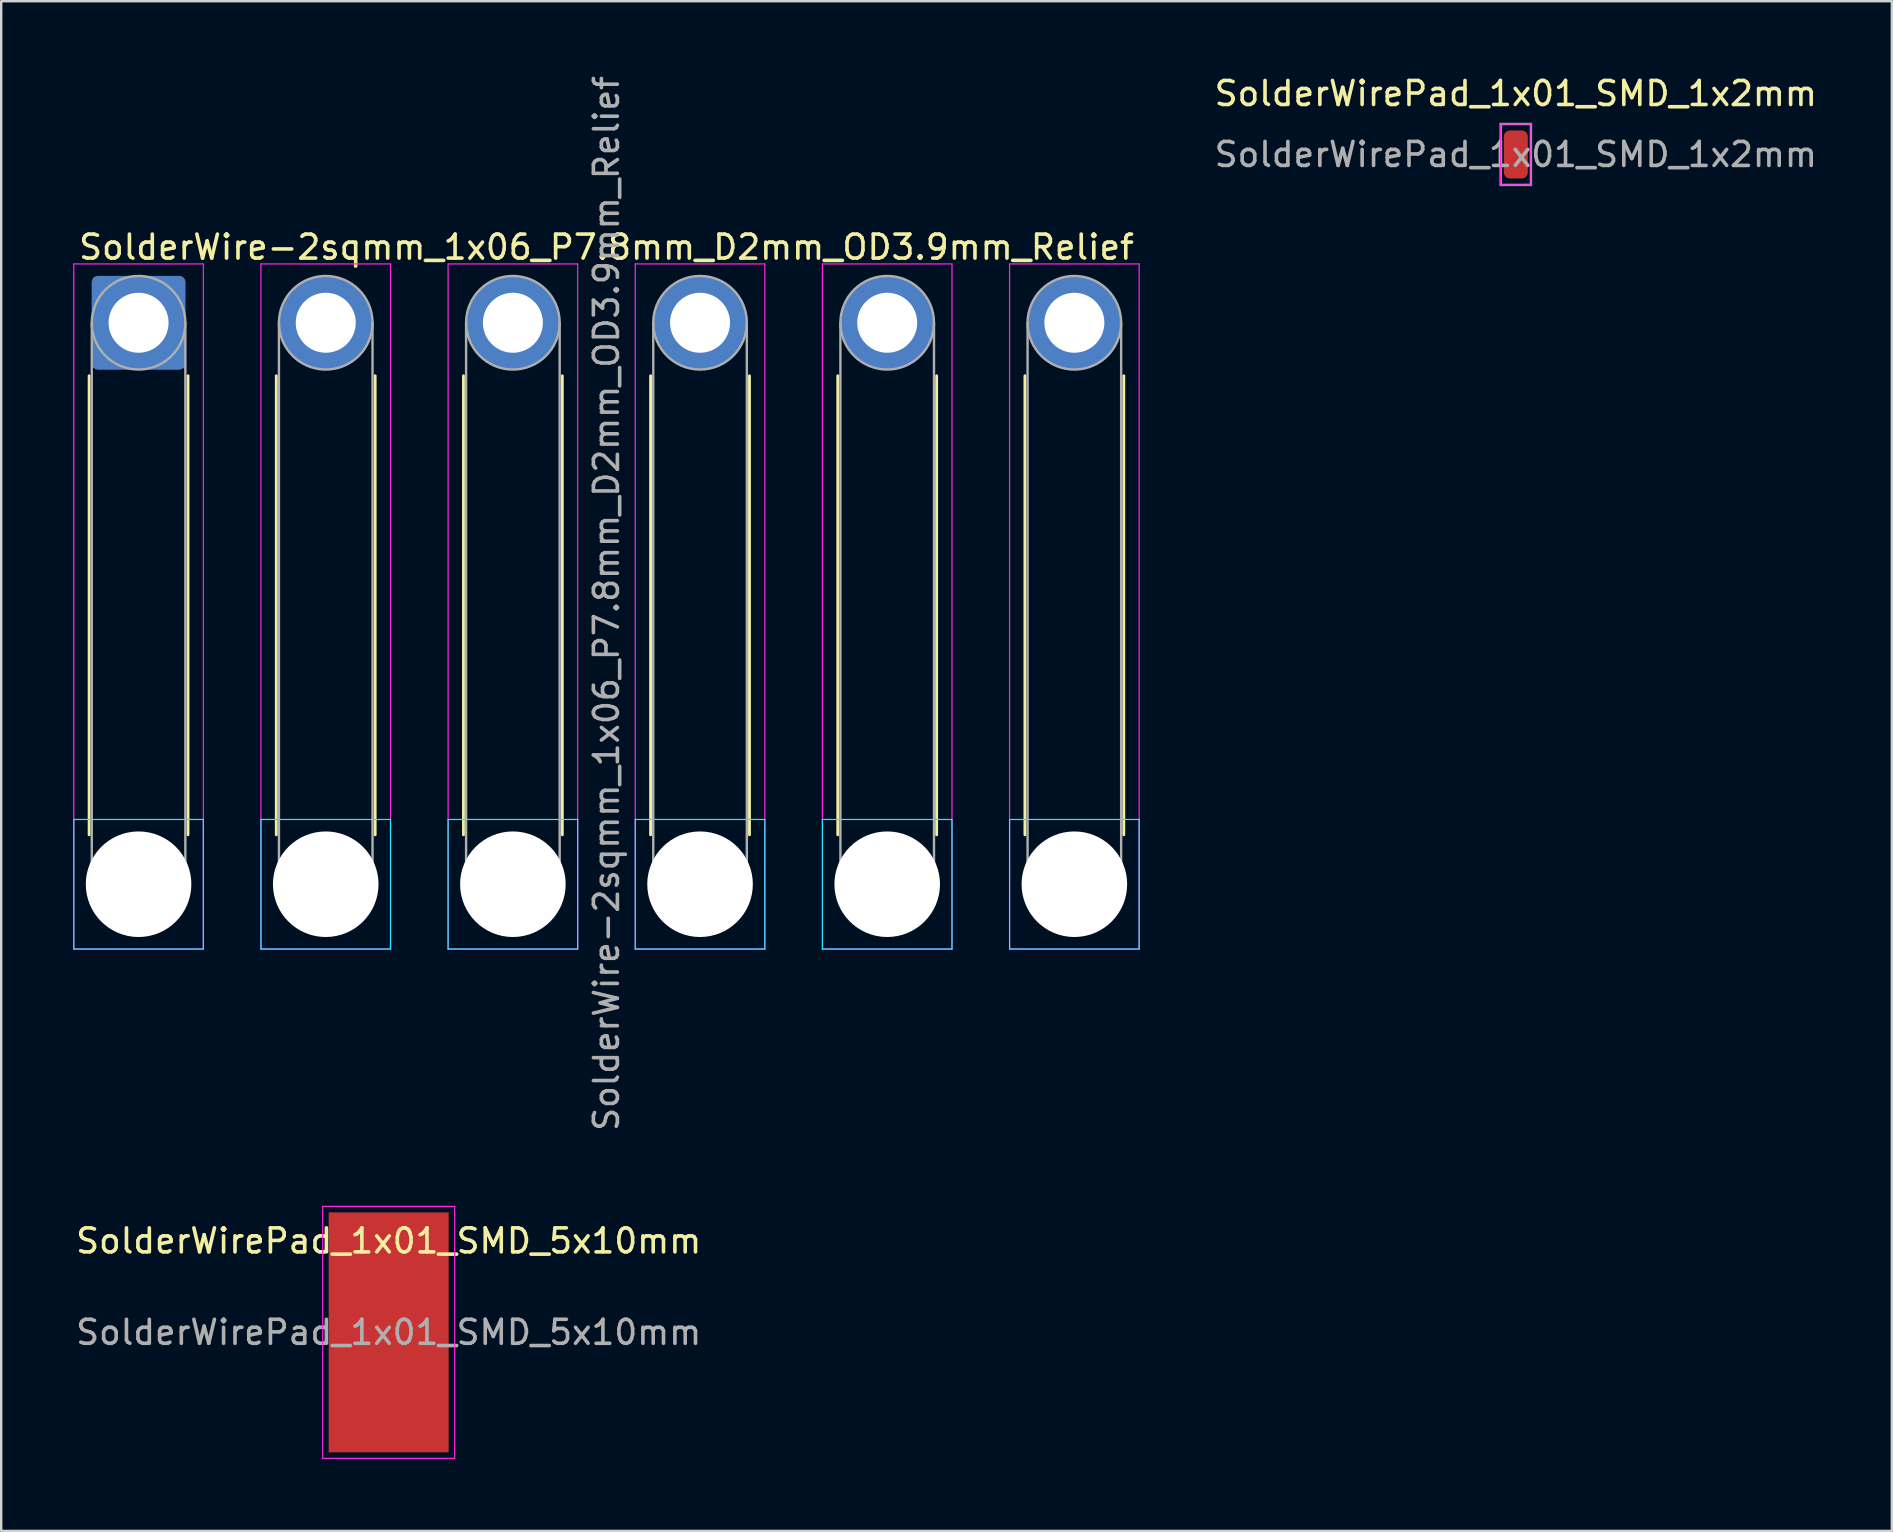
<source format=kicad_pcb>
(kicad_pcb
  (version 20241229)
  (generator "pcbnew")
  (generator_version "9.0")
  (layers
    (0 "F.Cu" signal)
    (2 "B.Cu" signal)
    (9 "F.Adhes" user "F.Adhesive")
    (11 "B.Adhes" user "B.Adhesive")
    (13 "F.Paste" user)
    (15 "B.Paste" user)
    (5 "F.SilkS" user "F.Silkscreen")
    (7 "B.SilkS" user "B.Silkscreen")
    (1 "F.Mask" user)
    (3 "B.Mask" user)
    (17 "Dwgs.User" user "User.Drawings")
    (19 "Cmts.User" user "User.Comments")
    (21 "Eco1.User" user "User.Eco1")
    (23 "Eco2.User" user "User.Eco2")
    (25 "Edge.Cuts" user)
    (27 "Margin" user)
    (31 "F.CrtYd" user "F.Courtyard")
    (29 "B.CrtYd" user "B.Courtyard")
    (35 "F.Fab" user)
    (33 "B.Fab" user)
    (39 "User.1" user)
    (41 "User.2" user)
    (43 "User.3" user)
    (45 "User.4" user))
  (footprint "SolderWirePad_1x01_SMD_1x2mm"
    (layer "F.Cu")
    (at 60.123 3.388)
    (property "Reference" "SolderWirePad_1x01_SMD_1x2mm" (at 0 -2.54 0) (layer "F.SilkS") (effects (font (size 1 1) (thickness 0.15))))
    (attr exclude_from_pos_files exclude_from_bom)
    (fp_line (start -0.63 -1.27) (end -0.63 1.27) (stroke (width 0.05) (type solid)) (layer "F.CrtYd"))
    (fp_line (start -0.63 1.27) (end 0.63 1.27) (stroke (width 0.05) (type solid)) (layer "F.CrtYd"))
    (fp_line (start 0.63 -1.27) (end -0.63 -1.27) (stroke (width 0.05) (type solid)) (layer "F.CrtYd"))
    (fp_line (start 0.63 1.27) (end 0.63 -1.27) (stroke (width 0.05) (type solid)) (layer "F.CrtYd"))
    (fp_line (start -0.63 -1.27) (end 0.63 -1.27) (stroke (width 0.1) (type solid)) (layer "F.Fab"))
    (fp_line (start -0.63 1.27) (end -0.63 -1.27) (stroke (width 0.1) (type solid)) (layer "F.Fab"))
    (fp_line (start 0.63 -1.27) (end 0.63 1.27) (stroke (width 0.1) (type solid)) (layer "F.Fab"))
    (fp_line (start 0.63 1.27) (end -0.63 1.27) (stroke (width 0.1) (type solid)) (layer "F.Fab"))
    (fp_text user "${REFERENCE}" (at 0 0 0) (layer "F.Fab") (effects (font (size 1 1) (thickness 0.15))))
    (pad "1" smd roundrect (at 0 0) (size 1 2) (layers "F.Cu" "F.Mask" "F.Paste") (roundrect_rratio 0.25)))
  (footprint "SolderWirePad_1x01_SMD_5x10mm"
    (layer "F.Cu")
    (at 13.149 52.477)
    (property "Reference" "SolderWirePad_1x01_SMD_5x10mm" (at 0 -3.81 0) (layer "F.SilkS") (effects (font (size 1 1) (thickness 0.15))))
    (attr smd exclude_from_pos_files exclude_from_bom)
    (fp_line (start -2.75 -5.25) (end -2.75 5.25) (stroke (width 0.05) (type solid)) (layer "F.CrtYd"))
    (fp_line (start -2.75 5.25) (end 2.75 5.25) (stroke (width 0.05) (type solid)) (layer "F.CrtYd"))
    (fp_line (start 2.75 -5.25) (end -2.75 -5.25) (stroke (width 0.05) (type solid)) (layer "F.CrtYd"))
    (fp_line (start 2.75 5.25) (end 2.75 -5.25) (stroke (width 0.05) (type solid)) (layer "F.CrtYd"))
    (fp_text user "${REFERENCE}" (at 0 0 0) (layer "F.Fab") (effects (font (size 1 1) (thickness 0.15))))
    (pad "1" smd rect (at 0 0) (size 5 10) (layers "F.Cu" "F.Mask" "F.Paste")))
  (footprint "SolderWire-2sqmm_1x06_P7.8mm_D2mm_OD3.9mm_Relief"
    (layer "F.Cu")
    (at 2.725 10.401)
    (property "Reference" "SolderWire-2sqmm_1x06_P7.8mm_D2mm_OD3.9mm_Relief" (at 19.5 -3.15 0) (layer "F.SilkS") (effects (font (size 1 1) (thickness 0.15))))
    (attr exclude_from_pos_files exclude_from_bom)
    (fp_line (start -2.06 2.21) (end -2.06 21.34) (stroke (width 0.12) (type solid)) (layer "F.SilkS"))
    (fp_line (start 2.06 2.21) (end 2.06 21.34) (stroke (width 0.12) (type solid)) (layer "F.SilkS"))
    (fp_line (start 5.74 2.21) (end 5.74 21.34) (stroke (width 0.12) (type solid)) (layer "F.SilkS"))
    (fp_line (start 9.86 2.21) (end 9.86 21.34) (stroke (width 0.12) (type solid)) (layer "F.SilkS"))
    (fp_line (start 13.54 2.21) (end 13.54 21.34) (stroke (width 0.12) (type solid)) (layer "F.SilkS"))
    (fp_line (start 17.66 2.21) (end 17.66 21.34) (stroke (width 0.12) (type solid)) (layer "F.SilkS"))
    (fp_line (start 21.34 2.21) (end 21.34 21.34) (stroke (width 0.12) (type solid)) (layer "F.SilkS"))
    (fp_line (start 25.46 2.21) (end 25.46 21.34) (stroke (width 0.12) (type solid)) (layer "F.SilkS"))
    (fp_line (start 29.14 2.21) (end 29.14 21.34) (stroke (width 0.12) (type solid)) (layer "F.SilkS"))
    (fp_line (start 33.26 2.21) (end 33.26 21.34) (stroke (width 0.12) (type solid)) (layer "F.SilkS"))
    (fp_line (start 36.94 2.21) (end 36.94 21.34) (stroke (width 0.12) (type solid)) (layer "F.SilkS"))
    (fp_line (start 41.06 2.21) (end 41.06 21.34) (stroke (width 0.12) (type solid)) (layer "F.SilkS"))
    (fp_line (start -2.7 20.7) (end -2.7 26.1) (stroke (width 0.05) (type solid)) (layer "B.CrtYd"))
    (fp_line (start -2.7 26.1) (end 2.7 26.1) (stroke (width 0.05) (type solid)) (layer "B.CrtYd"))
    (fp_line (start 2.7 20.7) (end -2.7 20.7) (stroke (width 0.05) (type solid)) (layer "B.CrtYd"))
    (fp_line (start 2.7 26.1) (end 2.7 20.7) (stroke (width 0.05) (type solid)) (layer "B.CrtYd"))
    (fp_line (start 5.1 20.7) (end 5.1 26.1) (stroke (width 0.05) (type solid)) (layer "B.CrtYd"))
    (fp_line (start 5.1 26.1) (end 10.5 26.1) (stroke (width 0.05) (type solid)) (layer "B.CrtYd"))
    (fp_line (start 10.5 20.7) (end 5.1 20.7) (stroke (width 0.05) (type solid)) (layer "B.CrtYd"))
    (fp_line (start 10.5 26.1) (end 10.5 20.7) (stroke (width 0.05) (type solid)) (layer "B.CrtYd"))
    (fp_line (start 12.9 20.7) (end 12.9 26.1) (stroke (width 0.05) (type solid)) (layer "B.CrtYd"))
    (fp_line (start 12.9 26.1) (end 18.3 26.1) (stroke (width 0.05) (type solid)) (layer "B.CrtYd"))
    (fp_line (start 18.3 20.7) (end 12.9 20.7) (stroke (width 0.05) (type solid)) (layer "B.CrtYd"))
    (fp_line (start 18.3 26.1) (end 18.3 20.7) (stroke (width 0.05) (type solid)) (layer "B.CrtYd"))
    (fp_line (start 20.7 20.7) (end 20.7 26.1) (stroke (width 0.05) (type solid)) (layer "B.CrtYd"))
    (fp_line (start 20.7 26.1) (end 26.1 26.1) (stroke (width 0.05) (type solid)) (layer "B.CrtYd"))
    (fp_line (start 26.1 20.7) (end 20.7 20.7) (stroke (width 0.05) (type solid)) (layer "B.CrtYd"))
    (fp_line (start 26.1 26.1) (end 26.1 20.7) (stroke (width 0.05) (type solid)) (layer "B.CrtYd"))
    (fp_line (start 28.5 20.7) (end 28.5 26.1) (stroke (width 0.05) (type solid)) (layer "B.CrtYd"))
    (fp_line (start 28.5 26.1) (end 33.9 26.1) (stroke (width 0.05) (type solid)) (layer "B.CrtYd"))
    (fp_line (start 33.9 20.7) (end 28.5 20.7) (stroke (width 0.05) (type solid)) (layer "B.CrtYd"))
    (fp_line (start 33.9 26.1) (end 33.9 20.7) (stroke (width 0.05) (type solid)) (layer "B.CrtYd"))
    (fp_line (start 36.3 20.7) (end 36.3 26.1) (stroke (width 0.05) (type solid)) (layer "B.CrtYd"))
    (fp_line (start 36.3 26.1) (end 41.7 26.1) (stroke (width 0.05) (type solid)) (layer "B.CrtYd"))
    (fp_line (start 41.7 20.7) (end 36.3 20.7) (stroke (width 0.05) (type solid)) (layer "B.CrtYd"))
    (fp_line (start 41.7 26.1) (end 41.7 20.7) (stroke (width 0.05) (type solid)) (layer "B.CrtYd"))
    (fp_line (start -2.7 -2.45) (end -2.7 26.1) (stroke (width 0.05) (type solid)) (layer "F.CrtYd"))
    (fp_line (start -2.7 26.1) (end 2.7 26.1) (stroke (width 0.05) (type solid)) (layer "F.CrtYd"))
    (fp_line (start 2.7 -2.45) (end -2.7 -2.45) (stroke (width 0.05) (type solid)) (layer "F.CrtYd"))
    (fp_line (start 2.7 26.1) (end 2.7 -2.45) (stroke (width 0.05) (type solid)) (layer "F.CrtYd"))
    (fp_line (start 5.1 -2.45) (end 5.1 26.1) (stroke (width 0.05) (type solid)) (layer "F.CrtYd"))
    (fp_line (start 5.1 26.1) (end 10.5 26.1) (stroke (width 0.05) (type solid)) (layer "F.CrtYd"))
    (fp_line (start 10.5 -2.45) (end 5.1 -2.45) (stroke (width 0.05) (type solid)) (layer "F.CrtYd"))
    (fp_line (start 10.5 26.1) (end 10.5 -2.45) (stroke (width 0.05) (type solid)) (layer "F.CrtYd"))
    (fp_line (start 12.9 -2.45) (end 12.9 26.1) (stroke (width 0.05) (type solid)) (layer "F.CrtYd"))
    (fp_line (start 12.9 26.1) (end 18.3 26.1) (stroke (width 0.05) (type solid)) (layer "F.CrtYd"))
    (fp_line (start 18.3 -2.45) (end 12.9 -2.45) (stroke (width 0.05) (type solid)) (layer "F.CrtYd"))
    (fp_line (start 18.3 26.1) (end 18.3 -2.45) (stroke (width 0.05) (type solid)) (layer "F.CrtYd"))
    (fp_line (start 20.7 -2.45) (end 20.7 26.1) (stroke (width 0.05) (type solid)) (layer "F.CrtYd"))
    (fp_line (start 20.7 26.1) (end 26.1 26.1) (stroke (width 0.05) (type solid)) (layer "F.CrtYd"))
    (fp_line (start 26.1 -2.45) (end 20.7 -2.45) (stroke (width 0.05) (type solid)) (layer "F.CrtYd"))
    (fp_line (start 26.1 26.1) (end 26.1 -2.45) (stroke (width 0.05) (type solid)) (layer "F.CrtYd"))
    (fp_line (start 28.5 -2.45) (end 28.5 26.1) (stroke (width 0.05) (type solid)) (layer "F.CrtYd"))
    (fp_line (start 28.5 26.1) (end 33.9 26.1) (stroke (width 0.05) (type solid)) (layer "F.CrtYd"))
    (fp_line (start 33.9 -2.45) (end 28.5 -2.45) (stroke (width 0.05) (type solid)) (layer "F.CrtYd"))
    (fp_line (start 33.9 26.1) (end 33.9 -2.45) (stroke (width 0.05) (type solid)) (layer "F.CrtYd"))
    (fp_line (start 36.3 -2.45) (end 36.3 26.1) (stroke (width 0.05) (type solid)) (layer "F.CrtYd"))
    (fp_line (start 36.3 26.1) (end 41.7 26.1) (stroke (width 0.05) (type solid)) (layer "F.CrtYd"))
    (fp_line (start 41.7 -2.45) (end 36.3 -2.45) (stroke (width 0.05) (type solid)) (layer "F.CrtYd"))
    (fp_line (start 41.7 26.1) (end 41.7 -2.45) (stroke (width 0.05) (type solid)) (layer "F.CrtYd"))
    (fp_line (start -1.95 0) (end -1.95 23.4) (stroke (width 0.1) (type solid)) (layer "F.Fab"))
    (fp_line (start 1.95 0) (end 1.95 23.4) (stroke (width 0.1) (type solid)) (layer "F.Fab"))
    (fp_line (start 5.85 0) (end 5.85 23.4) (stroke (width 0.1) (type solid)) (layer "F.Fab"))
    (fp_line (start 9.75 0) (end 9.75 23.4) (stroke (width 0.1) (type solid)) (layer "F.Fab"))
    (fp_line (start 13.65 0) (end 13.65 23.4) (stroke (width 0.1) (type solid)) (layer "F.Fab"))
    (fp_line (start 17.55 0) (end 17.55 23.4) (stroke (width 0.1) (type solid)) (layer "F.Fab"))
    (fp_line (start 21.45 0) (end 21.45 23.4) (stroke (width 0.1) (type solid)) (layer "F.Fab"))
    (fp_line (start 25.35 0) (end 25.35 23.4) (stroke (width 0.1) (type solid)) (layer "F.Fab"))
    (fp_line (start 29.25 0) (end 29.25 23.4) (stroke (width 0.1) (type solid)) (layer "F.Fab"))
    (fp_line (start 33.15 0) (end 33.15 23.4) (stroke (width 0.1) (type solid)) (layer "F.Fab"))
    (fp_line (start 37.05 0) (end 37.05 23.4) (stroke (width 0.1) (type solid)) (layer "F.Fab"))
    (fp_line (start 40.95 0) (end 40.95 23.4) (stroke (width 0.1) (type solid)) (layer "F.Fab"))
    (fp_circle (center 0 0) (end 1.95 0) (stroke (width 0.1) (type solid)) (fill no) (layer "F.Fab"))
    (fp_circle (center 0 23.4) (end 1.95 23.4) (stroke (width 0.1) (type solid)) (fill no) (layer "F.Fab"))
    (fp_circle (center 7.8 0) (end 9.75 0) (stroke (width 0.1) (type solid)) (fill no) (layer "F.Fab"))
    (fp_circle (center 7.8 23.4) (end 9.75 23.4) (stroke (width 0.1) (type solid)) (fill no) (layer "F.Fab"))
    (fp_circle (center 15.6 0) (end 17.55 0) (stroke (width 0.1) (type solid)) (fill no) (layer "F.Fab"))
    (fp_circle (center 15.6 23.4) (end 17.55 23.4) (stroke (width 0.1) (type solid)) (fill no) (layer "F.Fab"))
    (fp_circle (center 23.4 0) (end 25.35 0) (stroke (width 0.1) (type solid)) (fill no) (layer "F.Fab"))
    (fp_circle (center 23.4 23.4) (end 25.35 23.4) (stroke (width 0.1) (type solid)) (fill no) (layer "F.Fab"))
    (fp_circle (center 31.2 0) (end 33.15 0) (stroke (width 0.1) (type solid)) (fill no) (layer "F.Fab"))
    (fp_circle (center 31.2 23.4) (end 33.15 23.4) (stroke (width 0.1) (type solid)) (fill no) (layer "F.Fab"))
    (fp_circle (center 39 0) (end 40.95 0) (stroke (width 0.1) (type solid)) (fill no) (layer "F.Fab"))
    (fp_circle (center 39 23.4) (end 40.95 23.4) (stroke (width 0.1) (type solid)) (fill no) (layer "F.Fab"))
    (fp_text user "${REFERENCE}" (at 19.5 11.7 90) (layer "F.Fab") (effects (font (size 1 1) (thickness 0.15))))
    (pad "" np_thru_hole circle (at 0 23.4) (size 4.4 4.4) (drill 4.4) (layers "*.Cu" "*.Mask"))
    (pad "" np_thru_hole circle (at 7.8 23.4) (size 4.4 4.4) (drill 4.4) (layers "*.Cu" "*.Mask"))
    (pad "" np_thru_hole circle (at 15.6 23.4) (size 4.4 4.4) (drill 4.4) (layers "*.Cu" "*.Mask"))
    (pad "" np_thru_hole circle (at 23.4 23.4) (size 4.4 4.4) (drill 4.4) (layers "*.Cu" "*.Mask"))
    (pad "" np_thru_hole circle (at 31.2 23.4) (size 4.4 4.4) (drill 4.4) (layers "*.Cu" "*.Mask"))
    (pad "" np_thru_hole circle (at 39 23.4) (size 4.4 4.4) (drill 4.4) (layers "*.Cu" "*.Mask"))
    (pad "1" thru_hole roundrect (at 0 0) (size 3.9 3.9) (drill 2.5) (layers "*.Cu" "*.Mask") (roundrect_rratio 0.064))
    (pad "2" thru_hole circle (at 7.8 0) (size 3.9 3.9) (drill 2.5) (layers "*.Cu" "*.Mask"))
    (pad "3" thru_hole circle (at 15.6 0) (size 3.9 3.9) (drill 2.5) (layers "*.Cu" "*.Mask"))
    (pad "4" thru_hole circle (at 23.4 0) (size 3.9 3.9) (drill 2.5) (layers "*.Cu" "*.Mask"))
    (pad "5" thru_hole circle (at 31.2 0) (size 3.9 3.9) (drill 2.5) (layers "*.Cu" "*.Mask"))
    (pad "6" thru_hole circle (at 39 0) (size 3.9 3.9) (drill 2.5) (layers "*.Cu" "*.Mask")))
  (gr_rect
    (start -3 -3)
    (end 75.795 60.752)
    (stroke (width 0.1) (type default))
    (fill no)
    (layer "Edge.Cuts")))
</source>
